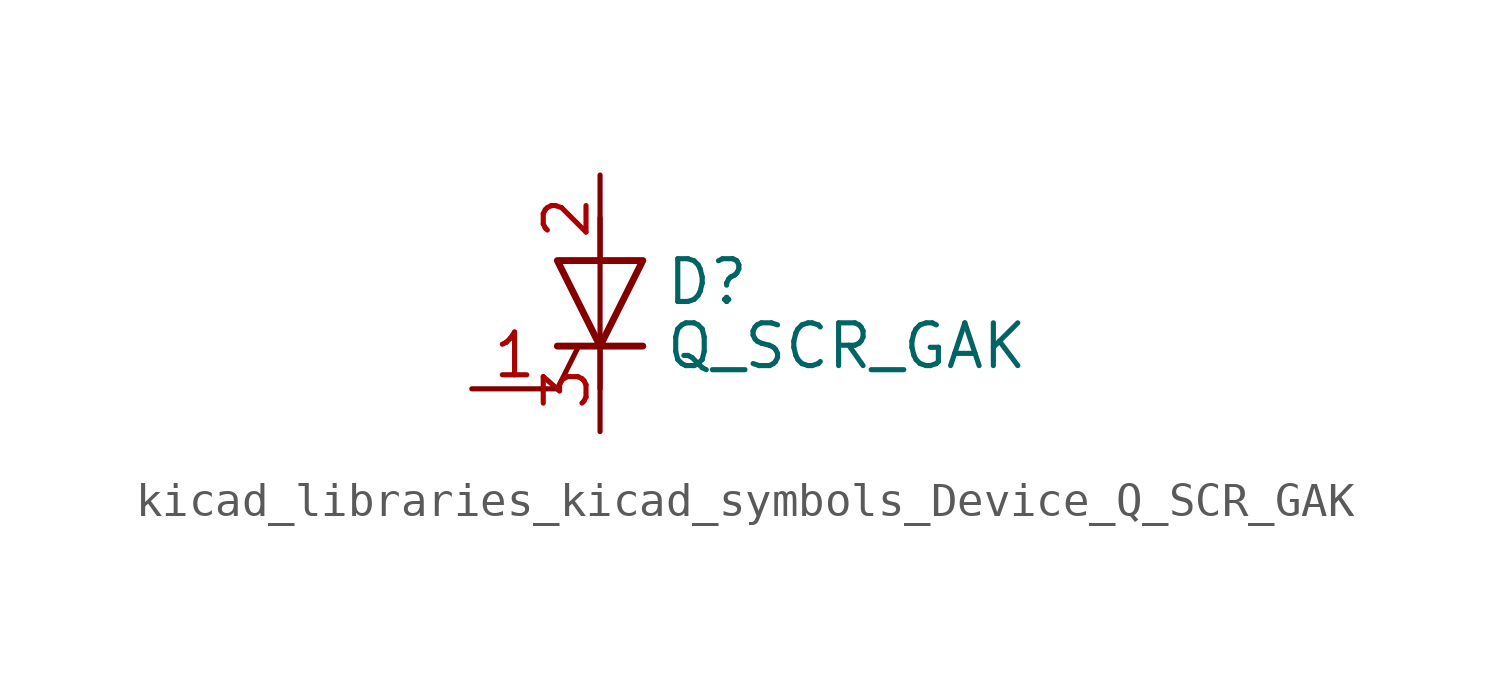
<source format=kicad_sym>
(kicad_symbol_lib
  (version 20220914)
  (generator kicad_symbol_editor)
  (symbol "kicad_libraries_kicad_symbols_Device_Q_SCR_GAK"
    (pin_names
      (offset 0) hide)
    (property "Reference" "D"
      (at 1.905 0.635 0)
      (effects (font (size 1.27 1.27)) (justify left)))
    (property "Value" "Q_SCR_GAK"
      (at 1.905 -1.27 0)
      (effects (font (size 1.27 1.27)) (justify left)))
    (symbol "kicad_libraries_kicad_symbols_Device_Q_SCR_GAK_0_1"
      (polyline (pts (xy -1.27 -2.54) (xy -0.635 -1.27)) (stroke (width 0) (type default)) (fill (type none)))
      (polyline (pts (xy -1.27 -1.27) (xy 1.27 -1.27)) (stroke (width 0.203) (type default)) (fill (type none)))
      (polyline (pts (xy 0 -2.54) (xy 0 2.54)) (stroke (width 0) (type default)) (fill (type none)))
      (polyline (pts (xy -1.27 1.27) (xy 1.27 1.27) (xy 0 -1.27) (xy -1.27 1.27)) (stroke (width 0.203) (type default)) (fill (type none))))
    (symbol "kicad_libraries_kicad_symbols_Device_Q_SCR_GAK_1_1"
      (pin input line (at -3.81 -2.54 0) (length 2.54) (name "G" (effects (font (size 1.27 1.27)))) (number "1" (effects (font (size 1.27 1.27)))))
      (pin passive line (at 0 3.81 270) (length 2.54) (name "A" (effects (font (size 1.27 1.27)))) (number "2" (effects (font (size 1.27 1.27)))))
      (pin passive line (at 0 -3.81 90) (length 2.54) (name "K" (effects (font (size 1.27 1.27)))) (number "3" (effects (font (size 1.27 1.27))))))))
</source>
